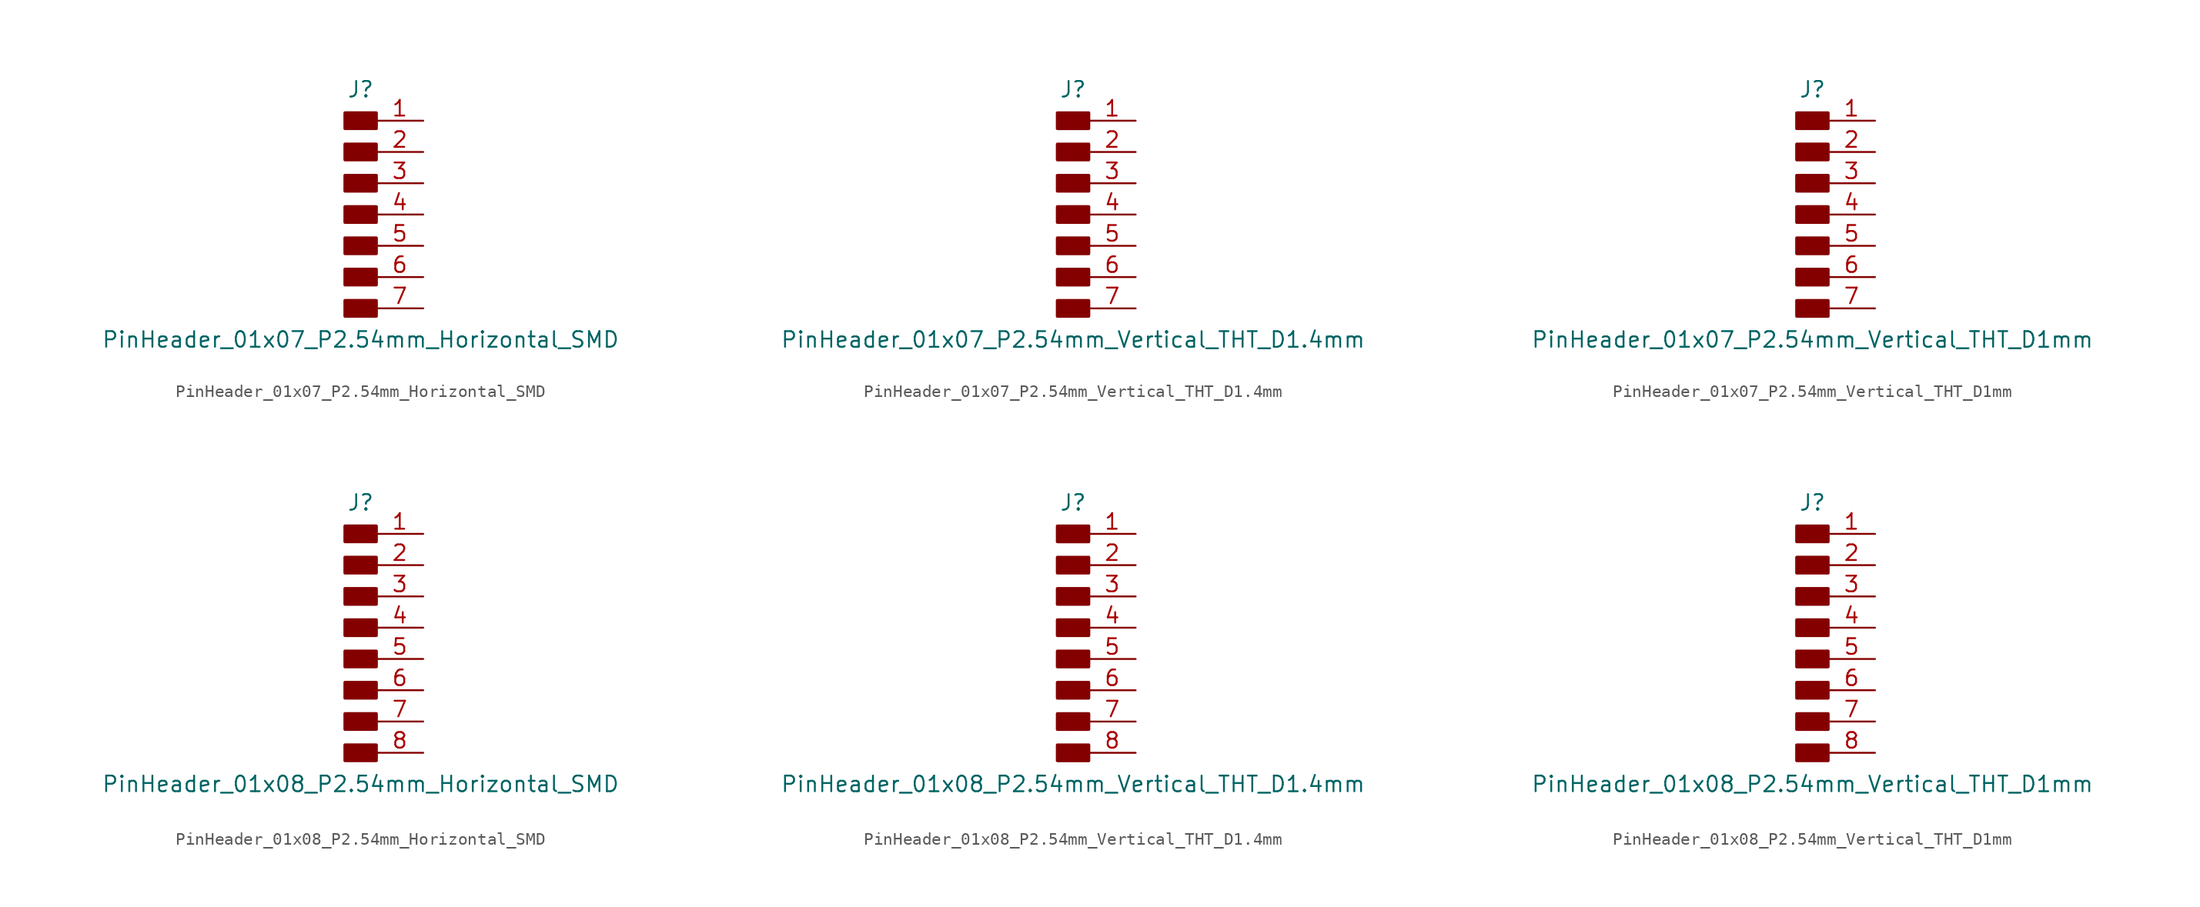
<source format=kicad_sym>
(kicad_symbol_lib
  (version 20231120)
  (generator "kicad_symbol_editor")
  (generator_version "8.0")
  (symbol "PinHeader_01x07_P2.54mm_Horizontal_SMD"
    (pin_names hide)
    (property "Reference" "J"
      (at 0 10.16 0)
      (effects (font (size 1.27 1.27))))
    (property "Value" "PinHeader_01x07_P2.54mm_Horizontal_SMD"
      (at 0 -10.16 0)
      (effects (font (size 1.27 1.27))))
    (symbol "PinHeader_01x07_P2.54mm_Horizontal_SMD_1_1"
      (rectangle (start -1.27 -6.985) (end 1.27 -8.255) (stroke (width 0.254) (type default)) (fill (type outline)))
      (rectangle (start -1.27 -4.445) (end 1.27 -5.715) (stroke (width 0.254) (type default)) (fill (type outline)))
      (rectangle (start -1.27 -1.905) (end 1.27 -3.175) (stroke (width 0.254) (type default)) (fill (type outline)))
      (rectangle (start -1.27 0.635) (end 1.27 -0.635) (stroke (width 0.254) (type default)) (fill (type outline)))
      (rectangle (start -1.27 3.175) (end 1.27 1.905) (stroke (width 0.254) (type default)) (fill (type outline)))
      (rectangle (start -1.27 5.715) (end 1.27 4.445) (stroke (width 0.254) (type default)) (fill (type outline)))
      (rectangle (start -1.27 8.255) (end 1.27 6.985) (stroke (width 0.254) (type default)) (fill (type outline)))
      (pin passive line (at 5.08 7.62 180) (length 3.81) (name "Pin_1" (effects (font (size 1.27 1.27)))) (number "1" (effects (font (size 1.27 1.27)))))
      (pin passive line (at 5.08 5.08 180) (length 3.81) (name "Pin_2" (effects (font (size 1.27 1.27)))) (number "2" (effects (font (size 1.27 1.27)))))
      (pin passive line (at 5.08 2.54 180) (length 3.81) (name "Pin_3" (effects (font (size 1.27 1.27)))) (number "3" (effects (font (size 1.27 1.27)))))
      (pin passive line (at 5.08 0 180) (length 3.81) (name "Pin_4" (effects (font (size 1.27 1.27)))) (number "4" (effects (font (size 1.27 1.27)))))
      (pin passive line (at 5.08 -2.54 180) (length 3.81) (name "Pin_5" (effects (font (size 1.27 1.27)))) (number "5" (effects (font (size 1.27 1.27)))))
      (pin passive line (at 5.08 -5.08 180) (length 3.81) (name "Pin_6" (effects (font (size 1.27 1.27)))) (number "6" (effects (font (size 1.27 1.27)))))
      (pin passive line (at 5.08 -7.62 180) (length 3.81) (name "Pin_7" (effects (font (size 1.27 1.27)))) (number "7" (effects (font (size 1.27 1.27)))))))
  (symbol "PinHeader_01x07_P2.54mm_Vertical_THT_D1.4mm"
    (pin_names hide)
    (property "Reference" "J"
      (at 0 10.16 0)
      (effects (font (size 1.27 1.27))))
    (property "Value" "PinHeader_01x07_P2.54mm_Vertical_THT_D1.4mm"
      (at 0 -10.16 0)
      (effects (font (size 1.27 1.27))))
    (symbol "PinHeader_01x07_P2.54mm_Vertical_THT_D1.4mm_1_1"
      (rectangle (start -1.27 -6.985) (end 1.27 -8.255) (stroke (width 0.254) (type default)) (fill (type outline)))
      (rectangle (start -1.27 -4.445) (end 1.27 -5.715) (stroke (width 0.254) (type default)) (fill (type outline)))
      (rectangle (start -1.27 -1.905) (end 1.27 -3.175) (stroke (width 0.254) (type default)) (fill (type outline)))
      (rectangle (start -1.27 0.635) (end 1.27 -0.635) (stroke (width 0.254) (type default)) (fill (type outline)))
      (rectangle (start -1.27 3.175) (end 1.27 1.905) (stroke (width 0.254) (type default)) (fill (type outline)))
      (rectangle (start -1.27 5.715) (end 1.27 4.445) (stroke (width 0.254) (type default)) (fill (type outline)))
      (rectangle (start -1.27 8.255) (end 1.27 6.985) (stroke (width 0.254) (type default)) (fill (type outline)))
      (pin passive line (at 5.08 7.62 180) (length 3.81) (name "Pin_1" (effects (font (size 1.27 1.27)))) (number "1" (effects (font (size 1.27 1.27)))))
      (pin passive line (at 5.08 5.08 180) (length 3.81) (name "Pin_2" (effects (font (size 1.27 1.27)))) (number "2" (effects (font (size 1.27 1.27)))))
      (pin passive line (at 5.08 2.54 180) (length 3.81) (name "Pin_3" (effects (font (size 1.27 1.27)))) (number "3" (effects (font (size 1.27 1.27)))))
      (pin passive line (at 5.08 0 180) (length 3.81) (name "Pin_4" (effects (font (size 1.27 1.27)))) (number "4" (effects (font (size 1.27 1.27)))))
      (pin passive line (at 5.08 -2.54 180) (length 3.81) (name "Pin_5" (effects (font (size 1.27 1.27)))) (number "5" (effects (font (size 1.27 1.27)))))
      (pin passive line (at 5.08 -5.08 180) (length 3.81) (name "Pin_6" (effects (font (size 1.27 1.27)))) (number "6" (effects (font (size 1.27 1.27)))))
      (pin passive line (at 5.08 -7.62 180) (length 3.81) (name "Pin_7" (effects (font (size 1.27 1.27)))) (number "7" (effects (font (size 1.27 1.27)))))))
  (symbol "PinHeader_01x07_P2.54mm_Vertical_THT_D1mm"
    (pin_names hide)
    (property "Reference" "J"
      (at 0 10.16 0)
      (effects (font (size 1.27 1.27))))
    (property "Value" "PinHeader_01x07_P2.54mm_Vertical_THT_D1mm"
      (at 0 -10.16 0)
      (effects (font (size 1.27 1.27))))
    (symbol "PinHeader_01x07_P2.54mm_Vertical_THT_D1mm_1_1"
      (rectangle (start -1.27 -6.985) (end 1.27 -8.255) (stroke (width 0.254) (type default)) (fill (type outline)))
      (rectangle (start -1.27 -4.445) (end 1.27 -5.715) (stroke (width 0.254) (type default)) (fill (type outline)))
      (rectangle (start -1.27 -1.905) (end 1.27 -3.175) (stroke (width 0.254) (type default)) (fill (type outline)))
      (rectangle (start -1.27 0.635) (end 1.27 -0.635) (stroke (width 0.254) (type default)) (fill (type outline)))
      (rectangle (start -1.27 3.175) (end 1.27 1.905) (stroke (width 0.254) (type default)) (fill (type outline)))
      (rectangle (start -1.27 5.715) (end 1.27 4.445) (stroke (width 0.254) (type default)) (fill (type outline)))
      (rectangle (start -1.27 8.255) (end 1.27 6.985) (stroke (width 0.254) (type default)) (fill (type outline)))
      (pin passive line (at 5.08 7.62 180) (length 3.81) (name "Pin_1" (effects (font (size 1.27 1.27)))) (number "1" (effects (font (size 1.27 1.27)))))
      (pin passive line (at 5.08 5.08 180) (length 3.81) (name "Pin_2" (effects (font (size 1.27 1.27)))) (number "2" (effects (font (size 1.27 1.27)))))
      (pin passive line (at 5.08 2.54 180) (length 3.81) (name "Pin_3" (effects (font (size 1.27 1.27)))) (number "3" (effects (font (size 1.27 1.27)))))
      (pin passive line (at 5.08 0 180) (length 3.81) (name "Pin_4" (effects (font (size 1.27 1.27)))) (number "4" (effects (font (size 1.27 1.27)))))
      (pin passive line (at 5.08 -2.54 180) (length 3.81) (name "Pin_5" (effects (font (size 1.27 1.27)))) (number "5" (effects (font (size 1.27 1.27)))))
      (pin passive line (at 5.08 -5.08 180) (length 3.81) (name "Pin_6" (effects (font (size 1.27 1.27)))) (number "6" (effects (font (size 1.27 1.27)))))
      (pin passive line (at 5.08 -7.62 180) (length 3.81) (name "Pin_7" (effects (font (size 1.27 1.27)))) (number "7" (effects (font (size 1.27 1.27)))))))
  (symbol "PinHeader_01x08_P2.54mm_Horizontal_SMD"
    (pin_names hide)
    (property "Reference" "J"
      (at 0 10.16 0)
      (effects (font (size 1.27 1.27))))
    (property "Value" "PinHeader_01x08_P2.54mm_Horizontal_SMD"
      (at 0 -12.7 0)
      (effects (font (size 1.27 1.27))))
    (symbol "PinHeader_01x08_P2.54mm_Horizontal_SMD_1_1"
      (rectangle (start -1.27 -9.525) (end 1.27 -10.795) (stroke (width 0.254) (type default)) (fill (type outline)))
      (rectangle (start -1.27 -6.985) (end 1.27 -8.255) (stroke (width 0.254) (type default)) (fill (type outline)))
      (rectangle (start -1.27 -4.445) (end 1.27 -5.715) (stroke (width 0.254) (type default)) (fill (type outline)))
      (rectangle (start -1.27 -1.905) (end 1.27 -3.175) (stroke (width 0.254) (type default)) (fill (type outline)))
      (rectangle (start -1.27 0.635) (end 1.27 -0.635) (stroke (width 0.254) (type default)) (fill (type outline)))
      (rectangle (start -1.27 3.175) (end 1.27 1.905) (stroke (width 0.254) (type default)) (fill (type outline)))
      (rectangle (start -1.27 5.715) (end 1.27 4.445) (stroke (width 0.254) (type default)) (fill (type outline)))
      (rectangle (start -1.27 8.255) (end 1.27 6.985) (stroke (width 0.254) (type default)) (fill (type outline)))
      (pin passive line (at 5.08 7.62 180) (length 3.81) (name "Pin_1" (effects (font (size 1.27 1.27)))) (number "1" (effects (font (size 1.27 1.27)))))
      (pin passive line (at 5.08 5.08 180) (length 3.81) (name "Pin_2" (effects (font (size 1.27 1.27)))) (number "2" (effects (font (size 1.27 1.27)))))
      (pin passive line (at 5.08 2.54 180) (length 3.81) (name "Pin_3" (effects (font (size 1.27 1.27)))) (number "3" (effects (font (size 1.27 1.27)))))
      (pin passive line (at 5.08 0 180) (length 3.81) (name "Pin_4" (effects (font (size 1.27 1.27)))) (number "4" (effects (font (size 1.27 1.27)))))
      (pin passive line (at 5.08 -2.54 180) (length 3.81) (name "Pin_5" (effects (font (size 1.27 1.27)))) (number "5" (effects (font (size 1.27 1.27)))))
      (pin passive line (at 5.08 -5.08 180) (length 3.81) (name "Pin_6" (effects (font (size 1.27 1.27)))) (number "6" (effects (font (size 1.27 1.27)))))
      (pin passive line (at 5.08 -7.62 180) (length 3.81) (name "Pin_7" (effects (font (size 1.27 1.27)))) (number "7" (effects (font (size 1.27 1.27)))))
      (pin passive line (at 5.08 -10.16 180) (length 3.81) (name "Pin_8" (effects (font (size 1.27 1.27)))) (number "8" (effects (font (size 1.27 1.27)))))))
  (symbol "PinHeader_01x08_P2.54mm_Vertical_THT_D1.4mm"
    (pin_names hide)
    (property "Reference" "J"
      (at 0 10.16 0)
      (effects (font (size 1.27 1.27))))
    (property "Value" "PinHeader_01x08_P2.54mm_Vertical_THT_D1.4mm"
      (at 0 -12.7 0)
      (effects (font (size 1.27 1.27))))
    (symbol "PinHeader_01x08_P2.54mm_Vertical_THT_D1.4mm_1_1"
      (rectangle (start -1.27 -9.525) (end 1.27 -10.795) (stroke (width 0.254) (type default)) (fill (type outline)))
      (rectangle (start -1.27 -6.985) (end 1.27 -8.255) (stroke (width 0.254) (type default)) (fill (type outline)))
      (rectangle (start -1.27 -4.445) (end 1.27 -5.715) (stroke (width 0.254) (type default)) (fill (type outline)))
      (rectangle (start -1.27 -1.905) (end 1.27 -3.175) (stroke (width 0.254) (type default)) (fill (type outline)))
      (rectangle (start -1.27 0.635) (end 1.27 -0.635) (stroke (width 0.254) (type default)) (fill (type outline)))
      (rectangle (start -1.27 3.175) (end 1.27 1.905) (stroke (width 0.254) (type default)) (fill (type outline)))
      (rectangle (start -1.27 5.715) (end 1.27 4.445) (stroke (width 0.254) (type default)) (fill (type outline)))
      (rectangle (start -1.27 8.255) (end 1.27 6.985) (stroke (width 0.254) (type default)) (fill (type outline)))
      (pin passive line (at 5.08 7.62 180) (length 3.81) (name "Pin_1" (effects (font (size 1.27 1.27)))) (number "1" (effects (font (size 1.27 1.27)))))
      (pin passive line (at 5.08 5.08 180) (length 3.81) (name "Pin_2" (effects (font (size 1.27 1.27)))) (number "2" (effects (font (size 1.27 1.27)))))
      (pin passive line (at 5.08 2.54 180) (length 3.81) (name "Pin_3" (effects (font (size 1.27 1.27)))) (number "3" (effects (font (size 1.27 1.27)))))
      (pin passive line (at 5.08 0 180) (length 3.81) (name "Pin_4" (effects (font (size 1.27 1.27)))) (number "4" (effects (font (size 1.27 1.27)))))
      (pin passive line (at 5.08 -2.54 180) (length 3.81) (name "Pin_5" (effects (font (size 1.27 1.27)))) (number "5" (effects (font (size 1.27 1.27)))))
      (pin passive line (at 5.08 -5.08 180) (length 3.81) (name "Pin_6" (effects (font (size 1.27 1.27)))) (number "6" (effects (font (size 1.27 1.27)))))
      (pin passive line (at 5.08 -7.62 180) (length 3.81) (name "Pin_7" (effects (font (size 1.27 1.27)))) (number "7" (effects (font (size 1.27 1.27)))))
      (pin passive line (at 5.08 -10.16 180) (length 3.81) (name "Pin_8" (effects (font (size 1.27 1.27)))) (number "8" (effects (font (size 1.27 1.27)))))))
  (symbol "PinHeader_01x08_P2.54mm_Vertical_THT_D1mm"
    (pin_names hide)
    (property "Reference" "J"
      (at 0 10.16 0)
      (effects (font (size 1.27 1.27))))
    (property "Value" "PinHeader_01x08_P2.54mm_Vertical_THT_D1mm"
      (at 0 -12.7 0)
      (effects (font (size 1.27 1.27))))
    (symbol "PinHeader_01x08_P2.54mm_Vertical_THT_D1mm_1_1"
      (rectangle (start -1.27 -9.525) (end 1.27 -10.795) (stroke (width 0.254) (type default)) (fill (type outline)))
      (rectangle (start -1.27 -6.985) (end 1.27 -8.255) (stroke (width 0.254) (type default)) (fill (type outline)))
      (rectangle (start -1.27 -4.445) (end 1.27 -5.715) (stroke (width 0.254) (type default)) (fill (type outline)))
      (rectangle (start -1.27 -1.905) (end 1.27 -3.175) (stroke (width 0.254) (type default)) (fill (type outline)))
      (rectangle (start -1.27 0.635) (end 1.27 -0.635) (stroke (width 0.254) (type default)) (fill (type outline)))
      (rectangle (start -1.27 3.175) (end 1.27 1.905) (stroke (width 0.254) (type default)) (fill (type outline)))
      (rectangle (start -1.27 5.715) (end 1.27 4.445) (stroke (width 0.254) (type default)) (fill (type outline)))
      (rectangle (start -1.27 8.255) (end 1.27 6.985) (stroke (width 0.254) (type default)) (fill (type outline)))
      (pin passive line (at 5.08 7.62 180) (length 3.81) (name "Pin_1" (effects (font (size 1.27 1.27)))) (number "1" (effects (font (size 1.27 1.27)))))
      (pin passive line (at 5.08 5.08 180) (length 3.81) (name "Pin_2" (effects (font (size 1.27 1.27)))) (number "2" (effects (font (size 1.27 1.27)))))
      (pin passive line (at 5.08 2.54 180) (length 3.81) (name "Pin_3" (effects (font (size 1.27 1.27)))) (number "3" (effects (font (size 1.27 1.27)))))
      (pin passive line (at 5.08 0 180) (length 3.81) (name "Pin_4" (effects (font (size 1.27 1.27)))) (number "4" (effects (font (size 1.27 1.27)))))
      (pin passive line (at 5.08 -2.54 180) (length 3.81) (name "Pin_5" (effects (font (size 1.27 1.27)))) (number "5" (effects (font (size 1.27 1.27)))))
      (pin passive line (at 5.08 -5.08 180) (length 3.81) (name "Pin_6" (effects (font (size 1.27 1.27)))) (number "6" (effects (font (size 1.27 1.27)))))
      (pin passive line (at 5.08 -7.62 180) (length 3.81) (name "Pin_7" (effects (font (size 1.27 1.27)))) (number "7" (effects (font (size 1.27 1.27)))))
      (pin passive line (at 5.08 -10.16 180) (length 3.81) (name "Pin_8" (effects (font (size 1.27 1.27)))) (number "8" (effects (font (size 1.27 1.27))))))))
</source>
